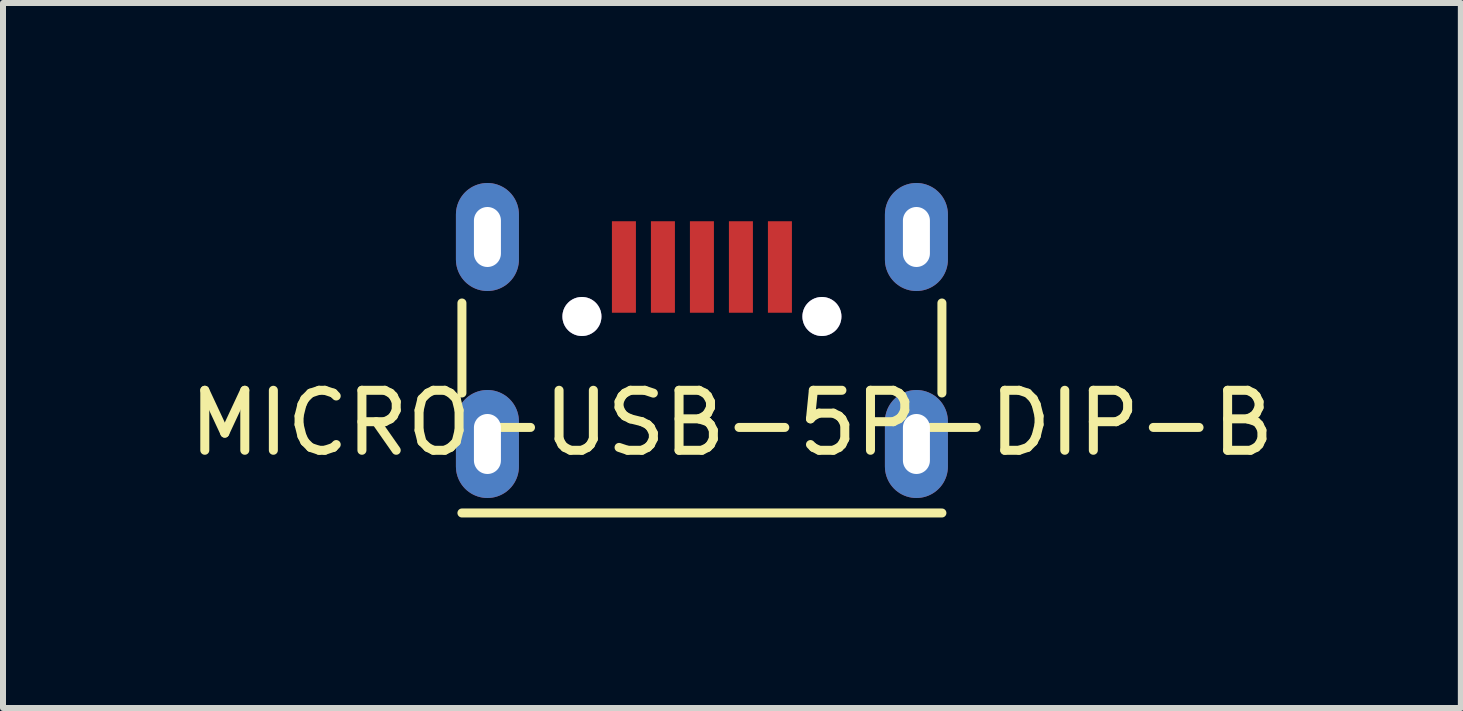
<source format=kicad_pcb>
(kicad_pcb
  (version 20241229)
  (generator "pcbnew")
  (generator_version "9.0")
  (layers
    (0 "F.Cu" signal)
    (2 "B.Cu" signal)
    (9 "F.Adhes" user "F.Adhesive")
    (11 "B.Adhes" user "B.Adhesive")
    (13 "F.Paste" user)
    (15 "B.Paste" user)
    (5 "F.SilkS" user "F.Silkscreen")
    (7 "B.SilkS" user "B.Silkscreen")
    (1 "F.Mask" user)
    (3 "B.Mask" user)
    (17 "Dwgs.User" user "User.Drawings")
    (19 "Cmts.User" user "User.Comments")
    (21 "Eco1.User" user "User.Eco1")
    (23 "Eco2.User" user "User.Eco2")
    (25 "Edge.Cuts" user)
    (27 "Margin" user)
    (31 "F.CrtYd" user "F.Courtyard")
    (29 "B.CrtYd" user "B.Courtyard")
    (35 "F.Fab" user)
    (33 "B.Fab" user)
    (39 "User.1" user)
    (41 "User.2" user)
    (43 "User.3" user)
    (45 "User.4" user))
  (footprint "MICRO-USB-5P-DIP-B"
    (layer "F.Cu")
    (at 8.649 5.5)
    (property "Reference" "MICRO-USB-5P-DIP-B" (at 0.5 -1.5 0) (layer "F.SilkS") (effects (font (size 1 1) (thickness 0.15))))
    (attr through_hole)
    (fp_line (start -4 -3.5) (end -4 -2) (stroke (width 0.15) (type solid)) (layer "F.SilkS"))
    (fp_line (start -4 0) (end 4 0) (stroke (width 0.15) (type solid)) (layer "F.SilkS"))
    (fp_line (start 4 -2) (end 4 -3.5) (stroke (width 0.15) (type solid)) (layer "F.SilkS"))
    (pad "0" thru_hole oval (at -3.575 -4.6) (size 1.05 1.8) (drill oval 0.45 1) (layers "*.Cu" "*.Mask"))
    (pad "0" thru_hole oval (at -3.575 -1.15) (size 1.05 1.8) (drill oval 0.45 1) (layers "*.Cu" "*.Mask"))
    (pad "0" thru_hole circle (at -2 -3.275) (size 0.65 0.65) (drill 0.65) (layers "*.Cu" "*.Mask"))
    (pad "0" thru_hole circle (at 2 -3.275) (size 0.65 0.65) (drill 0.65) (layers "*.Cu" "*.Mask"))
    (pad "0" thru_hole oval (at 3.575 -4.6) (size 1.05 1.8) (drill oval 0.45 1) (layers "*.Cu" "*.Mask"))
    (pad "0" thru_hole oval (at 3.575 -1.15) (size 1.05 1.8) (drill oval 0.45 1) (layers "*.Cu" "*.Mask"))
    (pad "1" smd rect (at -1.3 -4.1) (size 0.4 1.525) (layers "F.Cu" "F.Mask" "F.Paste"))
    (pad "2" smd rect (at -0.65 -4.1) (size 0.4 1.525) (layers "F.Cu" "F.Mask" "F.Paste"))
    (pad "3" smd rect (at 0 -4.1) (size 0.4 1.525) (layers "F.Cu" "F.Mask" "F.Paste"))
    (pad "4" smd rect (at 0.65 -4.1) (size 0.4 1.525) (layers "F.Cu" "F.Mask" "F.Paste"))
    (pad "5" smd rect (at 1.3 -4.1) (size 0.4 1.525) (layers "F.Cu" "F.Mask" "F.Paste")))
  (gr_rect
    (start -3 -3)
    (end 21.298 8.75)
    (stroke (width 0.1) (type default))
    (fill no)
    (layer "Edge.Cuts")))
</source>
